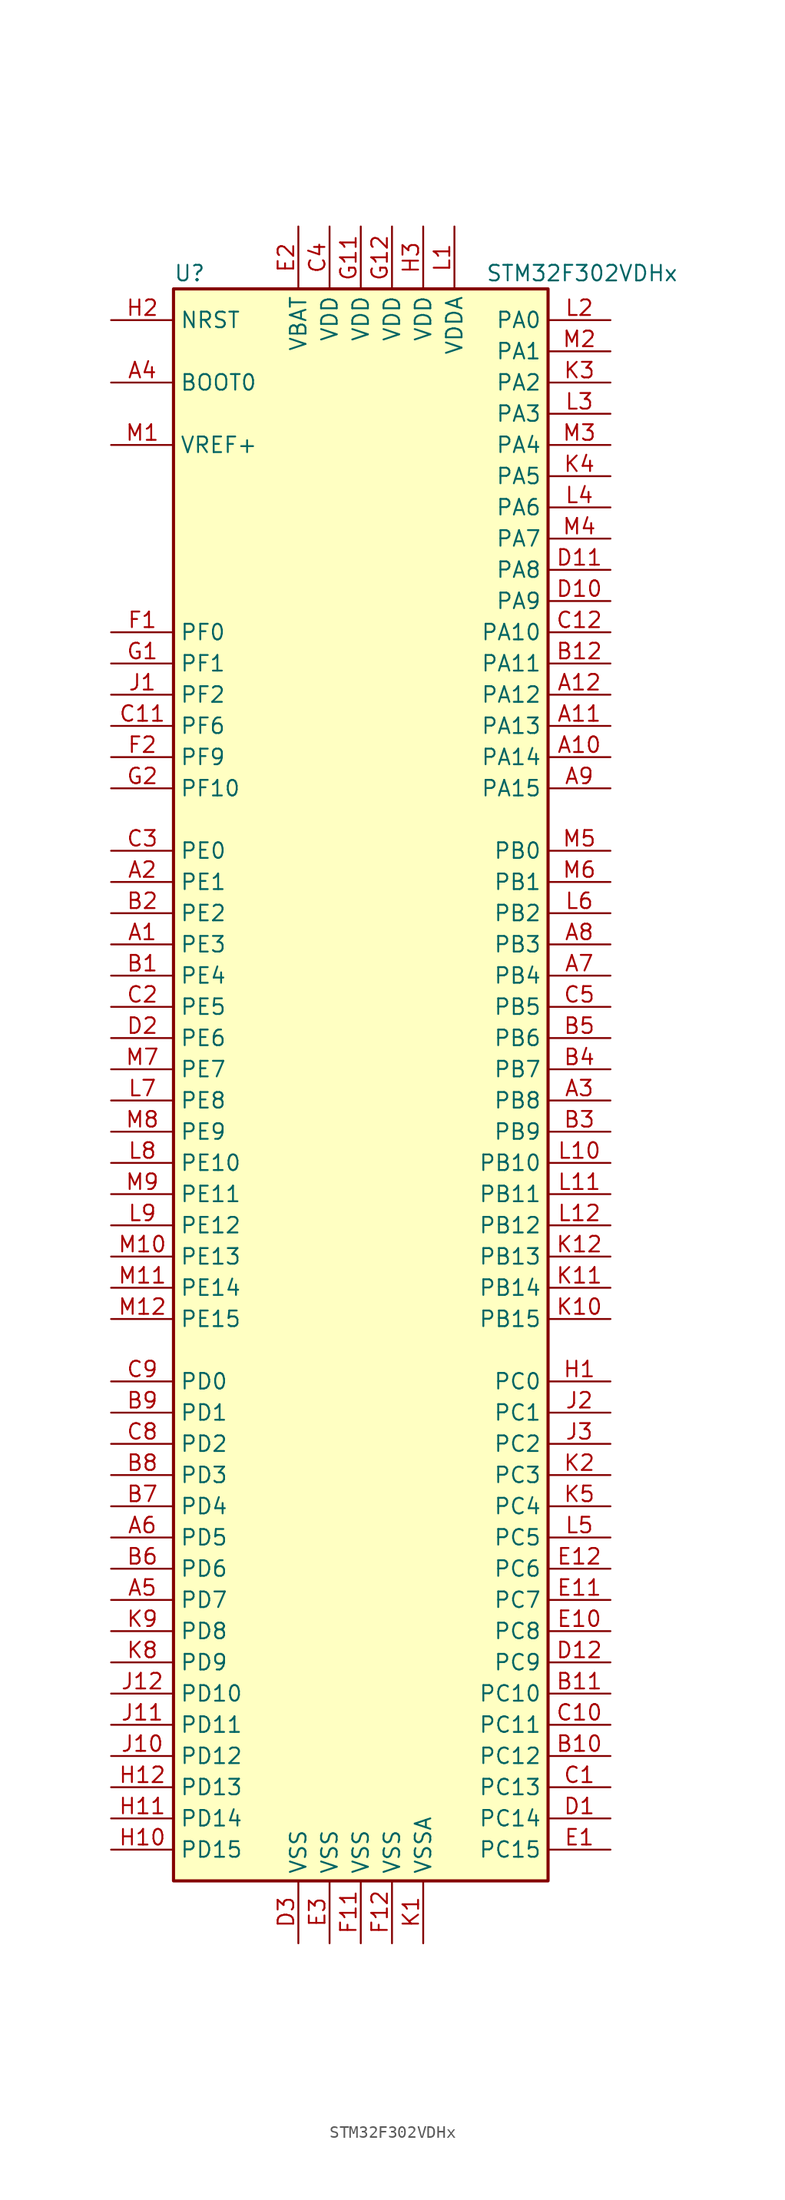
<source format=kicad_sym>
(kicad_symbol_lib
  (version 20201005)
  (generator kicad_symbol_editor)
  (symbol "STM32F302VDHx"
    (property "Reference" "U"
      (at -15.24 64.77 0)
      (effects (font (size 1.27 1.27)) (justify left)))
    (property "Value" "STM32F302VDHx"
      (at 10.16 64.77 0)
      (effects (font (size 1.27 1.27)) (justify left)))
    (symbol "STM32F302VDHx_0_1"
      (rectangle (start -15.24 -66.04) (end 15.24 63.5) (stroke (width 0.254)) (fill (type background))))
    (symbol "STM32F302VDHx_1_1"
      (pin input line (at -20.32 55.88 0) (length 5.08) (name "BOOT0" (effects (font (size 1.27 1.27)))) (number "A4" (effects (font (size 1.27 1.27)))))
      (pin input line (at -20.32 60.96 0) (length 5.08) (name "NRST" (effects (font (size 1.27 1.27)))) (number "H2" (effects (font (size 1.27 1.27)))))
      (pin bidirectional line (at 20.32 60.96 180) (length 5.08) (name "PA0" (effects (font (size 1.27 1.27)))) (number "L2" (effects (font (size 1.27 1.27)))))
      (pin bidirectional line (at 20.32 58.42 180) (length 5.08) (name "PA1" (effects (font (size 1.27 1.27)))) (number "M2" (effects (font (size 1.27 1.27)))))
      (pin bidirectional line (at 20.32 35.56 180) (length 5.08) (name "PA10" (effects (font (size 1.27 1.27)))) (number "C12" (effects (font (size 1.27 1.27)))))
      (pin bidirectional line (at 20.32 33.02 180) (length 5.08) (name "PA11" (effects (font (size 1.27 1.27)))) (number "B12" (effects (font (size 1.27 1.27)))))
      (pin bidirectional line (at 20.32 30.48 180) (length 5.08) (name "PA12" (effects (font (size 1.27 1.27)))) (number "A12" (effects (font (size 1.27 1.27)))))
      (pin bidirectional line (at 20.32 27.94 180) (length 5.08) (name "PA13" (effects (font (size 1.27 1.27)))) (number "A11" (effects (font (size 1.27 1.27)))))
      (pin bidirectional line (at 20.32 25.4 180) (length 5.08) (name "PA14" (effects (font (size 1.27 1.27)))) (number "A10" (effects (font (size 1.27 1.27)))))
      (pin bidirectional line (at 20.32 22.86 180) (length 5.08) (name "PA15" (effects (font (size 1.27 1.27)))) (number "A9" (effects (font (size 1.27 1.27)))))
      (pin bidirectional line (at 20.32 55.88 180) (length 5.08) (name "PA2" (effects (font (size 1.27 1.27)))) (number "K3" (effects (font (size 1.27 1.27)))))
      (pin bidirectional line (at 20.32 53.34 180) (length 5.08) (name "PA3" (effects (font (size 1.27 1.27)))) (number "L3" (effects (font (size 1.27 1.27)))))
      (pin bidirectional line (at 20.32 50.8 180) (length 5.08) (name "PA4" (effects (font (size 1.27 1.27)))) (number "M3" (effects (font (size 1.27 1.27)))))
      (pin bidirectional line (at 20.32 48.26 180) (length 5.08) (name "PA5" (effects (font (size 1.27 1.27)))) (number "K4" (effects (font (size 1.27 1.27)))))
      (pin bidirectional line (at 20.32 45.72 180) (length 5.08) (name "PA6" (effects (font (size 1.27 1.27)))) (number "L4" (effects (font (size 1.27 1.27)))))
      (pin bidirectional line (at 20.32 43.18 180) (length 5.08) (name "PA7" (effects (font (size 1.27 1.27)))) (number "M4" (effects (font (size 1.27 1.27)))))
      (pin bidirectional line (at 20.32 40.64 180) (length 5.08) (name "PA8" (effects (font (size 1.27 1.27)))) (number "D11" (effects (font (size 1.27 1.27)))))
      (pin bidirectional line (at 20.32 38.1 180) (length 5.08) (name "PA9" (effects (font (size 1.27 1.27)))) (number "D10" (effects (font (size 1.27 1.27)))))
      (pin bidirectional line (at 20.32 17.78 180) (length 5.08) (name "PB0" (effects (font (size 1.27 1.27)))) (number "M5" (effects (font (size 1.27 1.27)))))
      (pin bidirectional line (at 20.32 15.24 180) (length 5.08) (name "PB1" (effects (font (size 1.27 1.27)))) (number "M6" (effects (font (size 1.27 1.27)))))
      (pin bidirectional line (at 20.32 -7.62 180) (length 5.08) (name "PB10" (effects (font (size 1.27 1.27)))) (number "L10" (effects (font (size 1.27 1.27)))))
      (pin bidirectional line (at 20.32 -10.16 180) (length 5.08) (name "PB11" (effects (font (size 1.27 1.27)))) (number "L11" (effects (font (size 1.27 1.27)))))
      (pin bidirectional line (at 20.32 -12.7 180) (length 5.08) (name "PB12" (effects (font (size 1.27 1.27)))) (number "L12" (effects (font (size 1.27 1.27)))))
      (pin bidirectional line (at 20.32 -15.24 180) (length 5.08) (name "PB13" (effects (font (size 1.27 1.27)))) (number "K12" (effects (font (size 1.27 1.27)))))
      (pin bidirectional line (at 20.32 -17.78 180) (length 5.08) (name "PB14" (effects (font (size 1.27 1.27)))) (number "K11" (effects (font (size 1.27 1.27)))))
      (pin bidirectional line (at 20.32 -20.32 180) (length 5.08) (name "PB15" (effects (font (size 1.27 1.27)))) (number "K10" (effects (font (size 1.27 1.27)))))
      (pin bidirectional line (at 20.32 12.7 180) (length 5.08) (name "PB2" (effects (font (size 1.27 1.27)))) (number "L6" (effects (font (size 1.27 1.27)))))
      (pin bidirectional line (at 20.32 10.16 180) (length 5.08) (name "PB3" (effects (font (size 1.27 1.27)))) (number "A8" (effects (font (size 1.27 1.27)))))
      (pin bidirectional line (at 20.32 7.62 180) (length 5.08) (name "PB4" (effects (font (size 1.27 1.27)))) (number "A7" (effects (font (size 1.27 1.27)))))
      (pin bidirectional line (at 20.32 5.08 180) (length 5.08) (name "PB5" (effects (font (size 1.27 1.27)))) (number "C5" (effects (font (size 1.27 1.27)))))
      (pin bidirectional line (at 20.32 2.54 180) (length 5.08) (name "PB6" (effects (font (size 1.27 1.27)))) (number "B5" (effects (font (size 1.27 1.27)))))
      (pin bidirectional line (at 20.32 0 180) (length 5.08) (name "PB7" (effects (font (size 1.27 1.27)))) (number "B4" (effects (font (size 1.27 1.27)))))
      (pin bidirectional line (at 20.32 -2.54 180) (length 5.08) (name "PB8" (effects (font (size 1.27 1.27)))) (number "A3" (effects (font (size 1.27 1.27)))))
      (pin bidirectional line (at 20.32 -5.08 180) (length 5.08) (name "PB9" (effects (font (size 1.27 1.27)))) (number "B3" (effects (font (size 1.27 1.27)))))
      (pin bidirectional line (at 20.32 -25.4 180) (length 5.08) (name "PC0" (effects (font (size 1.27 1.27)))) (number "H1" (effects (font (size 1.27 1.27)))))
      (pin bidirectional line (at 20.32 -27.94 180) (length 5.08) (name "PC1" (effects (font (size 1.27 1.27)))) (number "J2" (effects (font (size 1.27 1.27)))))
      (pin bidirectional line (at 20.32 -50.8 180) (length 5.08) (name "PC10" (effects (font (size 1.27 1.27)))) (number "B11" (effects (font (size 1.27 1.27)))))
      (pin bidirectional line (at 20.32 -53.34 180) (length 5.08) (name "PC11" (effects (font (size 1.27 1.27)))) (number "C10" (effects (font (size 1.27 1.27)))))
      (pin bidirectional line (at 20.32 -55.88 180) (length 5.08) (name "PC12" (effects (font (size 1.27 1.27)))) (number "B10" (effects (font (size 1.27 1.27)))))
      (pin bidirectional line (at 20.32 -58.42 180) (length 5.08) (name "PC13" (effects (font (size 1.27 1.27)))) (number "C1" (effects (font (size 1.27 1.27)))))
      (pin bidirectional line (at 20.32 -60.96 180) (length 5.08) (name "PC14" (effects (font (size 1.27 1.27)))) (number "D1" (effects (font (size 1.27 1.27)))))
      (pin bidirectional line (at 20.32 -63.5 180) (length 5.08) (name "PC15" (effects (font (size 1.27 1.27)))) (number "E1" (effects (font (size 1.27 1.27)))))
      (pin bidirectional line (at 20.32 -30.48 180) (length 5.08) (name "PC2" (effects (font (size 1.27 1.27)))) (number "J3" (effects (font (size 1.27 1.27)))))
      (pin bidirectional line (at 20.32 -33.02 180) (length 5.08) (name "PC3" (effects (font (size 1.27 1.27)))) (number "K2" (effects (font (size 1.27 1.27)))))
      (pin bidirectional line (at 20.32 -35.56 180) (length 5.08) (name "PC4" (effects (font (size 1.27 1.27)))) (number "K5" (effects (font (size 1.27 1.27)))))
      (pin bidirectional line (at 20.32 -38.1 180) (length 5.08) (name "PC5" (effects (font (size 1.27 1.27)))) (number "L5" (effects (font (size 1.27 1.27)))))
      (pin bidirectional line (at 20.32 -40.64 180) (length 5.08) (name "PC6" (effects (font (size 1.27 1.27)))) (number "E12" (effects (font (size 1.27 1.27)))))
      (pin bidirectional line (at 20.32 -43.18 180) (length 5.08) (name "PC7" (effects (font (size 1.27 1.27)))) (number "E11" (effects (font (size 1.27 1.27)))))
      (pin bidirectional line (at 20.32 -45.72 180) (length 5.08) (name "PC8" (effects (font (size 1.27 1.27)))) (number "E10" (effects (font (size 1.27 1.27)))))
      (pin bidirectional line (at 20.32 -48.26 180) (length 5.08) (name "PC9" (effects (font (size 1.27 1.27)))) (number "D12" (effects (font (size 1.27 1.27)))))
      (pin bidirectional line (at -20.32 -25.4 0) (length 5.08) (name "PD0" (effects (font (size 1.27 1.27)))) (number "C9" (effects (font (size 1.27 1.27)))))
      (pin bidirectional line (at -20.32 -27.94 0) (length 5.08) (name "PD1" (effects (font (size 1.27 1.27)))) (number "B9" (effects (font (size 1.27 1.27)))))
      (pin bidirectional line (at -20.32 -50.8 0) (length 5.08) (name "PD10" (effects (font (size 1.27 1.27)))) (number "J12" (effects (font (size 1.27 1.27)))))
      (pin bidirectional line (at -20.32 -53.34 0) (length 5.08) (name "PD11" (effects (font (size 1.27 1.27)))) (number "J11" (effects (font (size 1.27 1.27)))))
      (pin bidirectional line (at -20.32 -55.88 0) (length 5.08) (name "PD12" (effects (font (size 1.27 1.27)))) (number "J10" (effects (font (size 1.27 1.27)))))
      (pin bidirectional line (at -20.32 -58.42 0) (length 5.08) (name "PD13" (effects (font (size 1.27 1.27)))) (number "H12" (effects (font (size 1.27 1.27)))))
      (pin bidirectional line (at -20.32 -60.96 0) (length 5.08) (name "PD14" (effects (font (size 1.27 1.27)))) (number "H11" (effects (font (size 1.27 1.27)))))
      (pin bidirectional line (at -20.32 -63.5 0) (length 5.08) (name "PD15" (effects (font (size 1.27 1.27)))) (number "H10" (effects (font (size 1.27 1.27)))))
      (pin bidirectional line (at -20.32 -30.48 0) (length 5.08) (name "PD2" (effects (font (size 1.27 1.27)))) (number "C8" (effects (font (size 1.27 1.27)))))
      (pin bidirectional line (at -20.32 -33.02 0) (length 5.08) (name "PD3" (effects (font (size 1.27 1.27)))) (number "B8" (effects (font (size 1.27 1.27)))))
      (pin bidirectional line (at -20.32 -35.56 0) (length 5.08) (name "PD4" (effects (font (size 1.27 1.27)))) (number "B7" (effects (font (size 1.27 1.27)))))
      (pin bidirectional line (at -20.32 -38.1 0) (length 5.08) (name "PD5" (effects (font (size 1.27 1.27)))) (number "A6" (effects (font (size 1.27 1.27)))))
      (pin bidirectional line (at -20.32 -40.64 0) (length 5.08) (name "PD6" (effects (font (size 1.27 1.27)))) (number "B6" (effects (font (size 1.27 1.27)))))
      (pin bidirectional line (at -20.32 -43.18 0) (length 5.08) (name "PD7" (effects (font (size 1.27 1.27)))) (number "A5" (effects (font (size 1.27 1.27)))))
      (pin bidirectional line (at -20.32 -45.72 0) (length 5.08) (name "PD8" (effects (font (size 1.27 1.27)))) (number "K9" (effects (font (size 1.27 1.27)))))
      (pin bidirectional line (at -20.32 -48.26 0) (length 5.08) (name "PD9" (effects (font (size 1.27 1.27)))) (number "K8" (effects (font (size 1.27 1.27)))))
      (pin bidirectional line (at -20.32 17.78 0) (length 5.08) (name "PE0" (effects (font (size 1.27 1.27)))) (number "C3" (effects (font (size 1.27 1.27)))))
      (pin bidirectional line (at -20.32 15.24 0) (length 5.08) (name "PE1" (effects (font (size 1.27 1.27)))) (number "A2" (effects (font (size 1.27 1.27)))))
      (pin bidirectional line (at -20.32 -7.62 0) (length 5.08) (name "PE10" (effects (font (size 1.27 1.27)))) (number "L8" (effects (font (size 1.27 1.27)))))
      (pin bidirectional line (at -20.32 -10.16 0) (length 5.08) (name "PE11" (effects (font (size 1.27 1.27)))) (number "M9" (effects (font (size 1.27 1.27)))))
      (pin bidirectional line (at -20.32 -12.7 0) (length 5.08) (name "PE12" (effects (font (size 1.27 1.27)))) (number "L9" (effects (font (size 1.27 1.27)))))
      (pin bidirectional line (at -20.32 -15.24 0) (length 5.08) (name "PE13" (effects (font (size 1.27 1.27)))) (number "M10" (effects (font (size 1.27 1.27)))))
      (pin bidirectional line (at -20.32 -17.78 0) (length 5.08) (name "PE14" (effects (font (size 1.27 1.27)))) (number "M11" (effects (font (size 1.27 1.27)))))
      (pin bidirectional line (at -20.32 -20.32 0) (length 5.08) (name "PE15" (effects (font (size 1.27 1.27)))) (number "M12" (effects (font (size 1.27 1.27)))))
      (pin bidirectional line (at -20.32 12.7 0) (length 5.08) (name "PE2" (effects (font (size 1.27 1.27)))) (number "B2" (effects (font (size 1.27 1.27)))))
      (pin bidirectional line (at -20.32 10.16 0) (length 5.08) (name "PE3" (effects (font (size 1.27 1.27)))) (number "A1" (effects (font (size 1.27 1.27)))))
      (pin bidirectional line (at -20.32 7.62 0) (length 5.08) (name "PE4" (effects (font (size 1.27 1.27)))) (number "B1" (effects (font (size 1.27 1.27)))))
      (pin bidirectional line (at -20.32 5.08 0) (length 5.08) (name "PE5" (effects (font (size 1.27 1.27)))) (number "C2" (effects (font (size 1.27 1.27)))))
      (pin bidirectional line (at -20.32 2.54 0) (length 5.08) (name "PE6" (effects (font (size 1.27 1.27)))) (number "D2" (effects (font (size 1.27 1.27)))))
      (pin bidirectional line (at -20.32 0 0) (length 5.08) (name "PE7" (effects (font (size 1.27 1.27)))) (number "M7" (effects (font (size 1.27 1.27)))))
      (pin bidirectional line (at -20.32 -2.54 0) (length 5.08) (name "PE8" (effects (font (size 1.27 1.27)))) (number "L7" (effects (font (size 1.27 1.27)))))
      (pin bidirectional line (at -20.32 -5.08 0) (length 5.08) (name "PE9" (effects (font (size 1.27 1.27)))) (number "M8" (effects (font (size 1.27 1.27)))))
      (pin input line (at -20.32 35.56 0) (length 5.08) (name "PF0" (effects (font (size 1.27 1.27)))) (number "F1" (effects (font (size 1.27 1.27)))))
      (pin input line (at -20.32 33.02 0) (length 5.08) (name "PF1" (effects (font (size 1.27 1.27)))) (number "G1" (effects (font (size 1.27 1.27)))))
      (pin bidirectional line (at -20.32 22.86 0) (length 5.08) (name "PF10" (effects (font (size 1.27 1.27)))) (number "G2" (effects (font (size 1.27 1.27)))))
      (pin bidirectional line (at -20.32 30.48 0) (length 5.08) (name "PF2" (effects (font (size 1.27 1.27)))) (number "J1" (effects (font (size 1.27 1.27)))))
      (pin bidirectional line (at -20.32 27.94 0) (length 5.08) (name "PF6" (effects (font (size 1.27 1.27)))) (number "C11" (effects (font (size 1.27 1.27)))))
      (pin bidirectional line (at -20.32 25.4 0) (length 5.08) (name "PF9" (effects (font (size 1.27 1.27)))) (number "F2" (effects (font (size 1.27 1.27)))))
      (pin power_in line (at -5.08 68.58 270) (length 5.08) (name "VBAT" (effects (font (size 1.27 1.27)))) (number "E2" (effects (font (size 1.27 1.27)))))
      (pin power_in line (at -2.54 68.58 270) (length 5.08) (name "VDD" (effects (font (size 1.27 1.27)))) (number "C4" (effects (font (size 1.27 1.27)))))
      (pin power_in line (at 0 68.58 270) (length 5.08) (name "VDD" (effects (font (size 1.27 1.27)))) (number "G11" (effects (font (size 1.27 1.27)))))
      (pin power_in line (at 2.54 68.58 270) (length 5.08) (name "VDD" (effects (font (size 1.27 1.27)))) (number "G12" (effects (font (size 1.27 1.27)))))
      (pin power_in line (at 5.08 68.58 270) (length 5.08) (name "VDD" (effects (font (size 1.27 1.27)))) (number "H3" (effects (font (size 1.27 1.27)))))
      (pin power_in line (at 7.62 68.58 270) (length 5.08) (name "VDDA" (effects (font (size 1.27 1.27)))) (number "L1" (effects (font (size 1.27 1.27)))))
      (pin power_in line (at -20.32 50.8 0) (length 5.08) (name "VREF+" (effects (font (size 1.27 1.27)))) (number "M1" (effects (font (size 1.27 1.27)))))
      (pin power_in line (at -5.08 -71.12 90) (length 5.08) (name "VSS" (effects (font (size 1.27 1.27)))) (number "D3" (effects (font (size 1.27 1.27)))))
      (pin power_in line (at -2.54 -71.12 90) (length 5.08) (name "VSS" (effects (font (size 1.27 1.27)))) (number "E3" (effects (font (size 1.27 1.27)))))
      (pin power_in line (at 0 -71.12 90) (length 5.08) (name "VSS" (effects (font (size 1.27 1.27)))) (number "F11" (effects (font (size 1.27 1.27)))))
      (pin power_in line (at 2.54 -71.12 90) (length 5.08) (name "VSS" (effects (font (size 1.27 1.27)))) (number "F12" (effects (font (size 1.27 1.27)))))
      (pin power_in line (at 5.08 -71.12 90) (length 5.08) (name "VSSA" (effects (font (size 1.27 1.27)))) (number "K1" (effects (font (size 1.27 1.27))))))))
</source>
